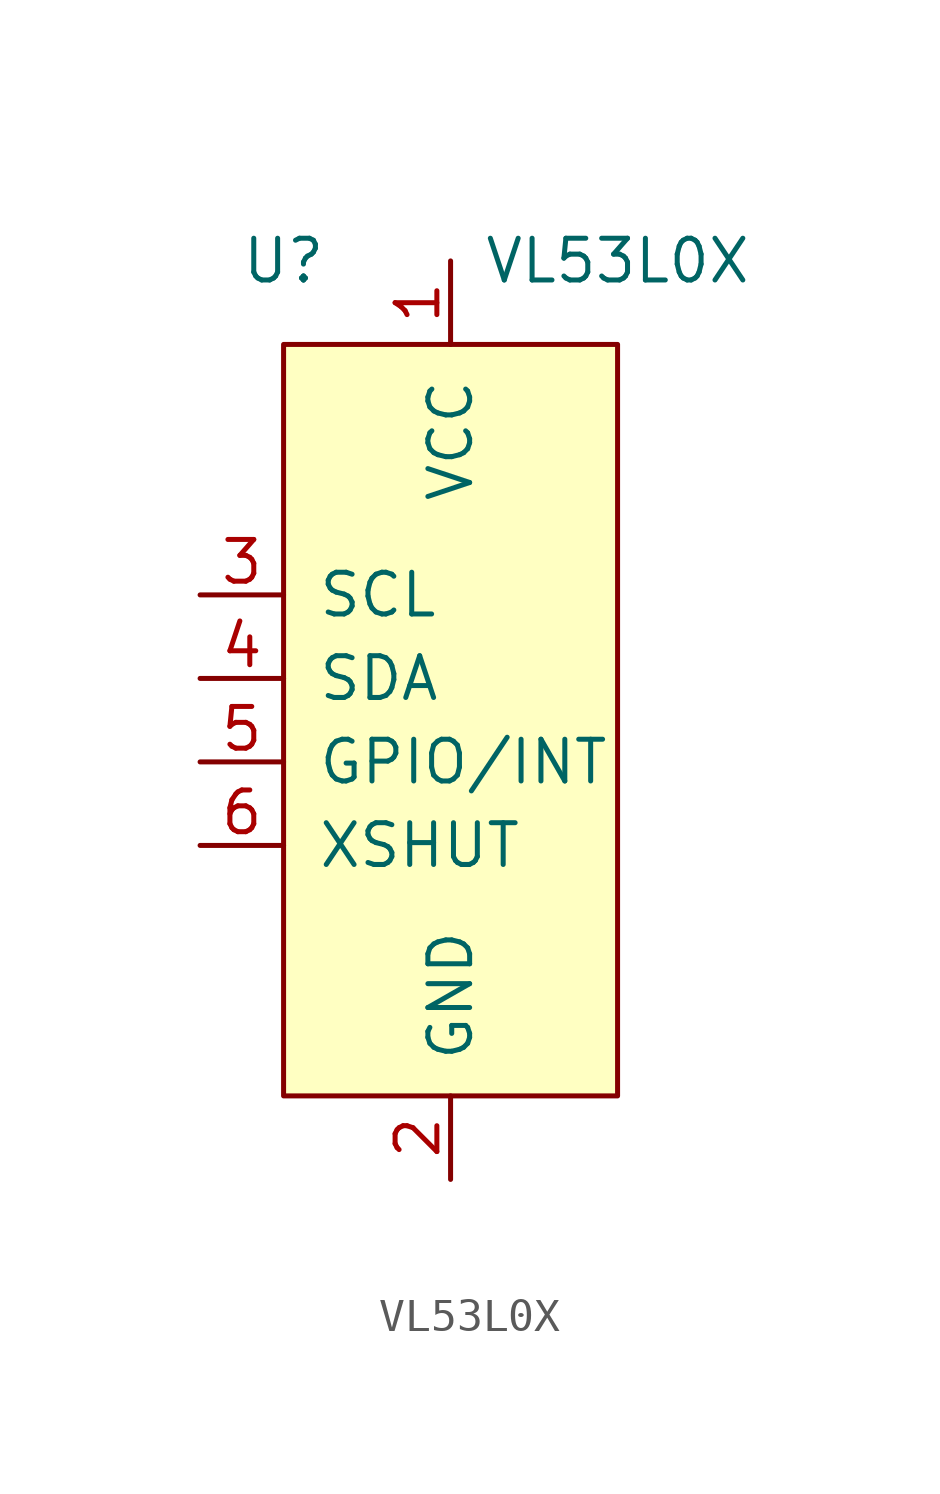
<source format=kicad_sym>
(kicad_symbol_lib
  (version 20231120)
  (generator "kicad_symbol_editor")
  (generator_version "8.0")
  (symbol "VL53L0X"
    (pin_names
      (offset 1.016))
    (property "Reference" "U"
      (at -5.08 -7.62 0)
      (effects (font (size 1.27 1.27))))
    (property "Value" "VL53L0X"
      (at 5.08 -7.62 0)
      (effects (font (size 1.27 1.27))))
    (symbol "VL53L0X_0_0"
      (pin power_in line (at 0 -7.62 270) (length 2.54) (name "VCC" (effects (font (size 1.27 1.27)))) (number "1" (effects (font (size 1.27 1.27)))))
      (pin power_in line (at 0 -35.56 90) (length 2.54) (name "GND" (effects (font (size 1.27 1.27)))) (number "2" (effects (font (size 1.27 1.27)))))
      (pin bidirectional line (at -7.62 -17.78 0) (length 2.54) (name "SCL" (effects (font (size 1.27 1.27)))) (number "3" (effects (font (size 1.27 1.27)))))
      (pin bidirectional line (at -7.62 -20.32 0) (length 2.54) (name "SDA" (effects (font (size 1.27 1.27)))) (number "4" (effects (font (size 1.27 1.27)))))
      (pin bidirectional line (at -7.62 -22.86 0) (length 2.54) (name "GPIO/INT" (effects (font (size 1.27 1.27)))) (number "5" (effects (font (size 1.27 1.27)))))
      (pin bidirectional line (at -7.62 -25.4 0) (length 2.54) (name "XSHUT" (effects (font (size 1.27 1.27)))) (number "6" (effects (font (size 1.27 1.27))))))
    (symbol "VL53L0X_0_1"
      (rectangle (start 5.08 -10.16) (end -5.08 -33.02) (stroke (width 0) (type solid)) (fill (type background))))))
</source>
